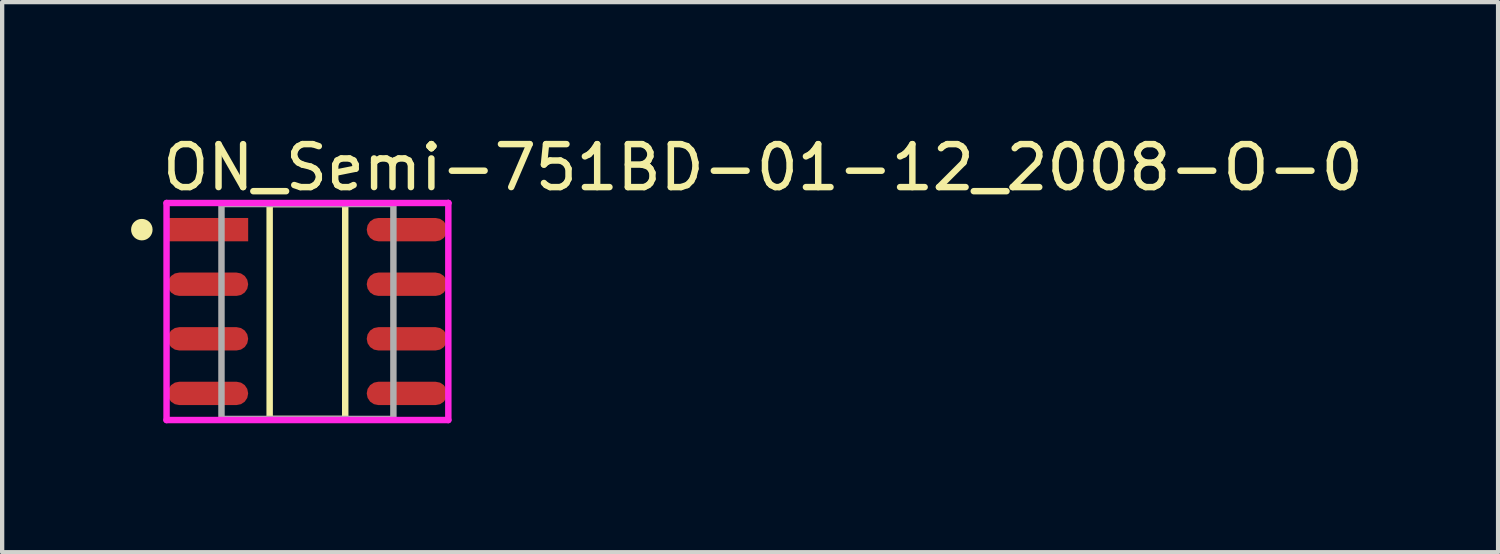
<source format=kicad_pcb>
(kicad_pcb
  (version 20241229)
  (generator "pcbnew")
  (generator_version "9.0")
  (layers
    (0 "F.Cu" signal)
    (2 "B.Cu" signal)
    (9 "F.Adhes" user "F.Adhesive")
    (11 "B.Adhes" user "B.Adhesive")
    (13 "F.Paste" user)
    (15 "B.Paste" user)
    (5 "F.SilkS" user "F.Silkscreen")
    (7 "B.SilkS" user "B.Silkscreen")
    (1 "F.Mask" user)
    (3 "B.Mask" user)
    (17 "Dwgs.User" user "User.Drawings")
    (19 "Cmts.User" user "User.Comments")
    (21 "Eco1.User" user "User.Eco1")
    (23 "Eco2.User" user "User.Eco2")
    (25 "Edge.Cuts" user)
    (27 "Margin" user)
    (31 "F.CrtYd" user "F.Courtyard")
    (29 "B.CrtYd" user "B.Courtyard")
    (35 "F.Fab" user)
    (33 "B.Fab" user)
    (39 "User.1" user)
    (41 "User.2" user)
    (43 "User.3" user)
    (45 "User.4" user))
  (footprint "ON_Semi-751BD-01-12_2008-O-0"
    (layer "F.Cu")
    (at 4.103 4.198)
    (property "Reference" "ON_Semi-751BD-01-12_2008-O-0" (at -3.453 -3.35 0) (layer "F.SilkS") (effects (font (size 1 1) (thickness 0.15)) (justify left)))
    (attr through_hole)
    (fp_line (start -0.879 -2.5) (end 0.879 -2.5) (stroke (width 0.15) (type solid)) (layer "F.SilkS"))
    (fp_line (start -0.879 2.5) (end -0.879 -2.5) (stroke (width 0.15) (type solid)) (layer "F.SilkS"))
    (fp_line (start 0.879 -2.5) (end 0.879 2.5) (stroke (width 0.15) (type solid)) (layer "F.SilkS"))
    (fp_line (start 0.879 2.5) (end -0.879 2.5) (stroke (width 0.15) (type solid)) (layer "F.SilkS"))
    (fp_circle (center -3.853 -1.905) (end -3.728 -1.905) (stroke (width 0.25) (type solid)) (fill no) (layer "F.SilkS"))
    (fp_line (start -3.278 -2.525) (end -3.278 2.525) (stroke (width 0.15) (type solid)) (layer "F.CrtYd"))
    (fp_line (start -3.278 2.525) (end 3.278 2.525) (stroke (width 0.15) (type solid)) (layer "F.CrtYd"))
    (fp_line (start 3.278 -2.525) (end -3.278 -2.525) (stroke (width 0.15) (type solid)) (layer "F.CrtYd"))
    (fp_line (start 3.278 -2.525) (end 3.278 -2.525) (stroke (width 0.15) (type solid)) (layer "F.CrtYd"))
    (fp_line (start 3.278 2.525) (end 3.278 -2.525) (stroke (width 0.15) (type solid)) (layer "F.CrtYd"))
    (fp_line (start -2 -2.5) (end 2 -2.5) (stroke (width 0.15) (type solid)) (layer "F.Fab"))
    (fp_line (start -2 2.5) (end -2 -2.5) (stroke (width 0.15) (type solid)) (layer "F.Fab"))
    (fp_line (start 2 -2.5) (end 2 2.5) (stroke (width 0.15) (type solid)) (layer "F.Fab"))
    (fp_line (start 2 2.5) (end -2 2.5) (stroke (width 0.15) (type solid)) (layer "F.Fab"))
    (pad "1" smd rect (at -2.316 -1.905) (size 1.874 0.543) (layers "F.Cu" "F.Mask" "F.Paste"))
    (pad "2" smd roundrect (at -2.316 -0.635) (size 1.874 0.543) (layers "F.Cu" "F.Mask" "F.Paste") (roundrect_rratio 0.5))
    (pad "3" smd roundrect (at -2.316 0.635) (size 1.874 0.543) (layers "F.Cu" "F.Mask" "F.Paste") (roundrect_rratio 0.5))
    (pad "4" smd roundrect (at -2.316 1.905) (size 1.874 0.543) (layers "F.Cu" "F.Mask" "F.Paste") (roundrect_rratio 0.5))
    (pad "5" smd roundrect (at 2.316 1.905) (size 1.874 0.543) (layers "F.Cu" "F.Mask" "F.Paste") (roundrect_rratio 0.5))
    (pad "6" smd roundrect (at 2.316 0.635) (size 1.874 0.543) (layers "F.Cu" "F.Mask" "F.Paste") (roundrect_rratio 0.5))
    (pad "7" smd roundrect (at 2.316 -0.635) (size 1.874 0.543) (layers "F.Cu" "F.Mask" "F.Paste") (roundrect_rratio 0.5))
    (pad "8" smd roundrect (at 2.316 -1.905) (size 1.874 0.543) (layers "F.Cu" "F.Mask" "F.Paste") (roundrect_rratio 0.5)))
  (gr_rect
    (start -3 -3)
    (end 31.805 9.798)
    (stroke (width 0.1) (type default))
    (fill no)
    (layer "Edge.Cuts")))
</source>
